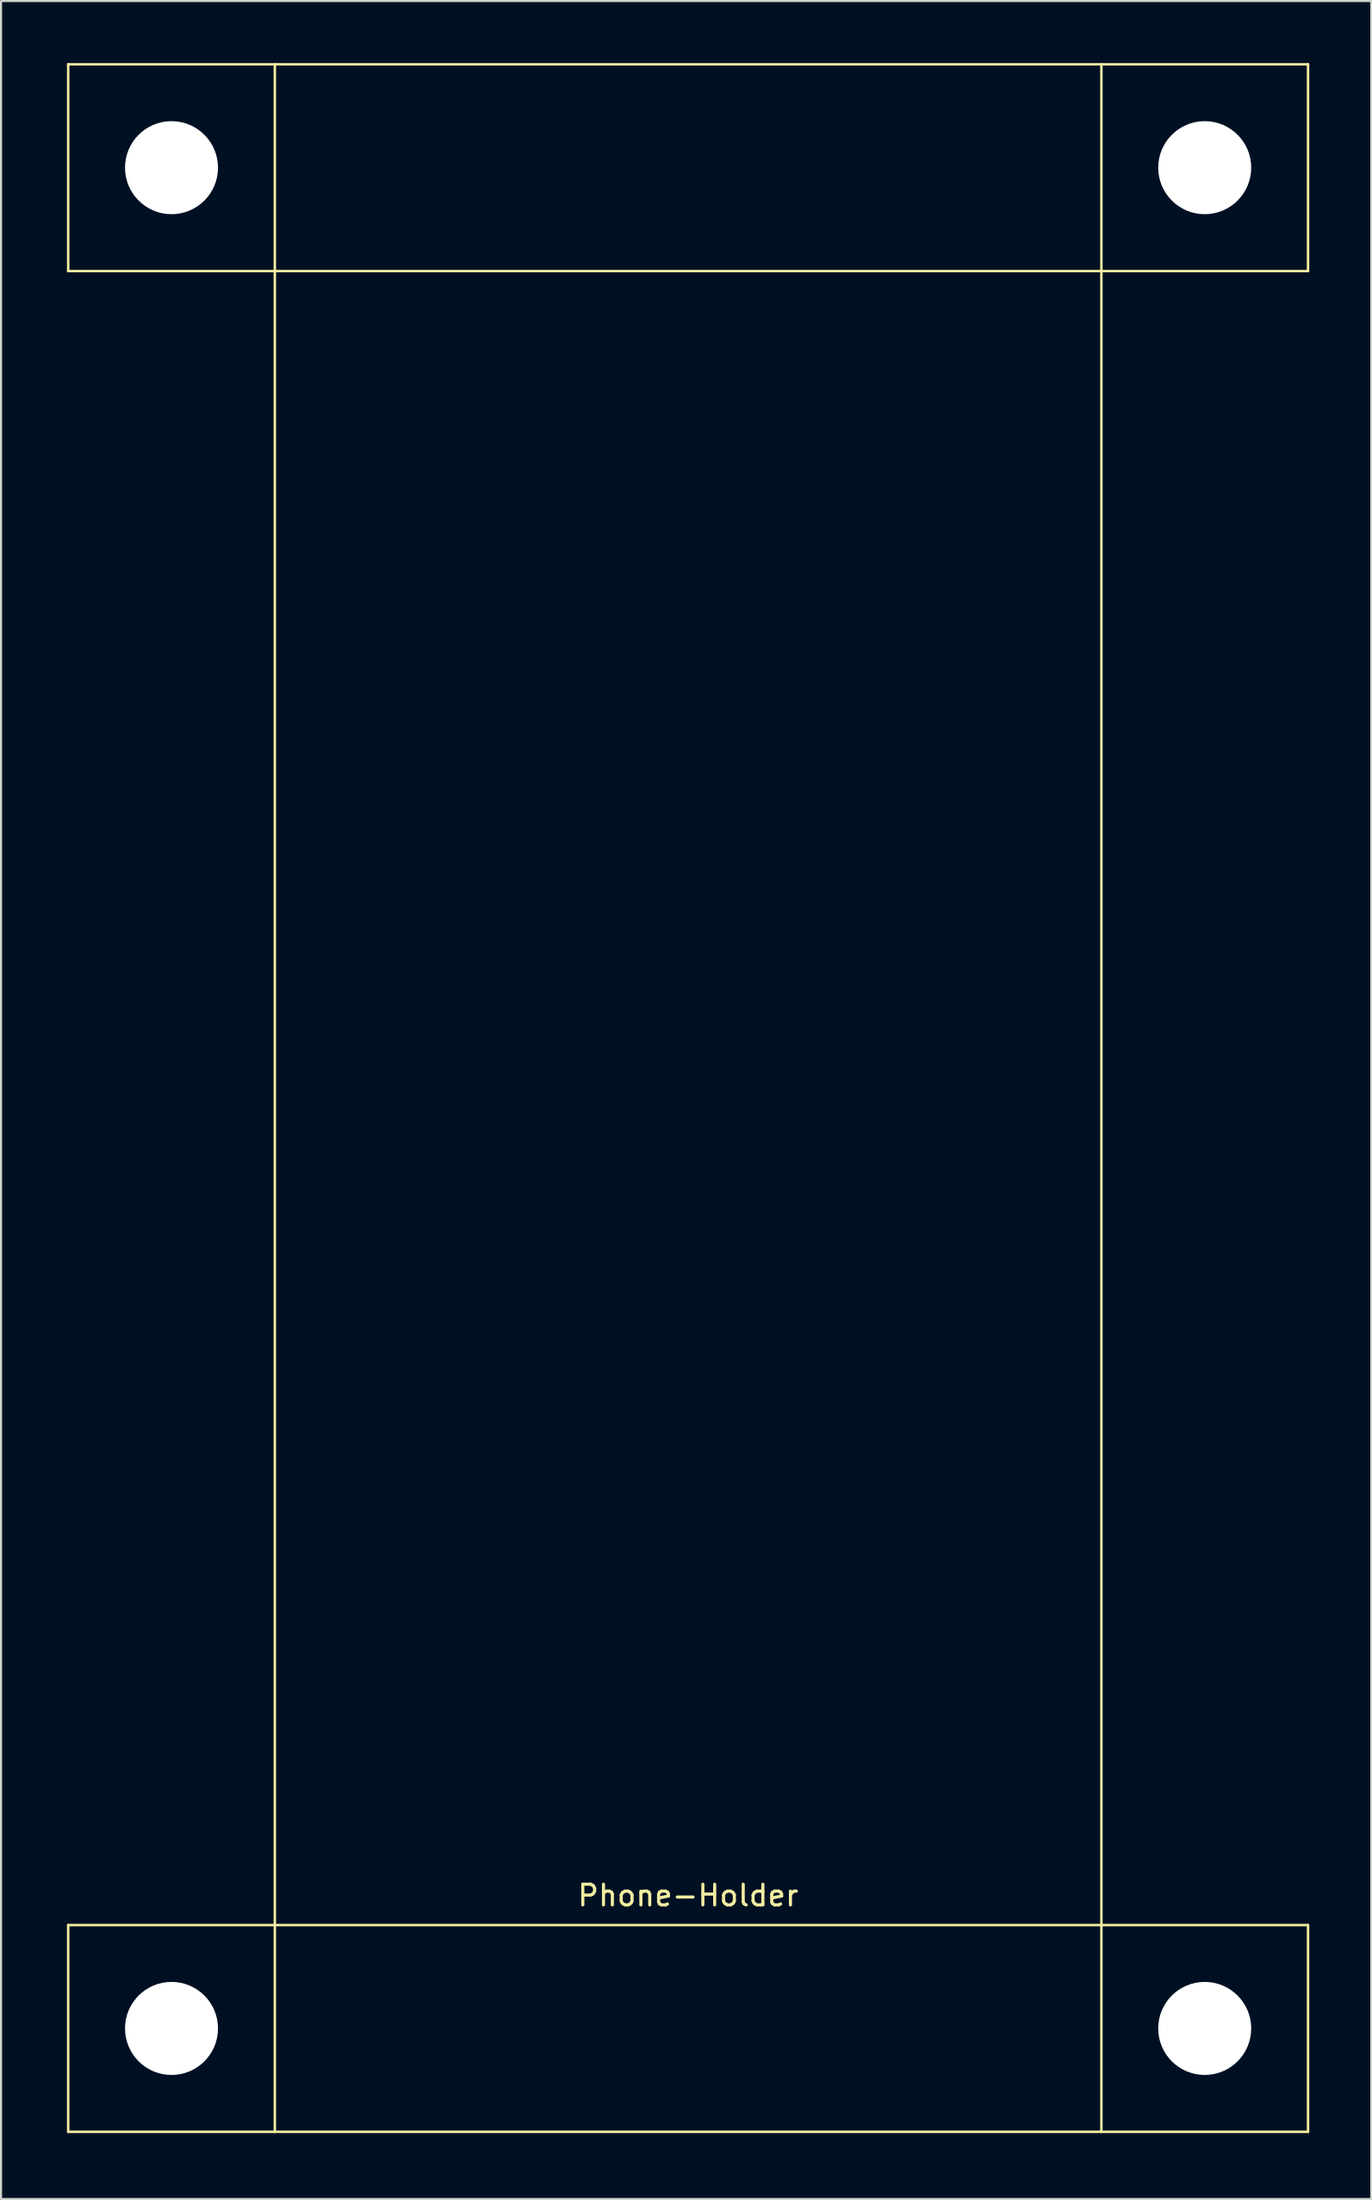
<source format=kicad_pcb>
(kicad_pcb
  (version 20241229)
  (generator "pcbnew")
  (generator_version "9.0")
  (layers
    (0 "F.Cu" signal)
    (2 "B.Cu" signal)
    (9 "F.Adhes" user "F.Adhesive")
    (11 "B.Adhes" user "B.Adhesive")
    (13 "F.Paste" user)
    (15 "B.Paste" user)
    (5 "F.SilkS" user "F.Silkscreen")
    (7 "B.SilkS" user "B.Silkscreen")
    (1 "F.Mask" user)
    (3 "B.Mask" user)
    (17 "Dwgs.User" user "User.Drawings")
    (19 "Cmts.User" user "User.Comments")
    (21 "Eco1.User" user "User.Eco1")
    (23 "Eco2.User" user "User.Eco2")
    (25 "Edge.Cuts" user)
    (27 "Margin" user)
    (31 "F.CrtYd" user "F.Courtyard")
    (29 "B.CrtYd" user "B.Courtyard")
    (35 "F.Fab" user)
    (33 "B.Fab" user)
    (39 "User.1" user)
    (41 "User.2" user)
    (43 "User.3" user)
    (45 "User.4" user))
  (footprint "Phone-Holder"
    (layer "F.Cu")
    (at 0.25 100.06)
    (property "Reference" "Phone-Holder" (at 30 -11.43 0) (layer "F.SilkS") (effects (font (size 1 1) (thickness 0.15))))
    (attr through_hole)
    (fp_line (start 0 -100) (end 0 -90) (stroke (width 0.12) (type solid)) (layer "F.SilkS"))
    (fp_line (start 0 -100) (end 60 -100) (stroke (width 0.12) (type solid)) (layer "F.SilkS"))
    (fp_line (start 0 -90) (end 60 -90) (stroke (width 0.12) (type solid)) (layer "F.SilkS"))
    (fp_line (start 0 -10) (end 0 0) (stroke (width 0.12) (type solid)) (layer "F.SilkS"))
    (fp_line (start 0 -10) (end 60 -10) (stroke (width 0.12) (type solid)) (layer "F.SilkS"))
    (fp_line (start 0 0) (end 60 0) (stroke (width 0.12) (type solid)) (layer "F.SilkS"))
    (fp_line (start 10 -100) (end 10 0) (stroke (width 0.12) (type solid)) (layer "F.SilkS"))
    (fp_line (start 50 0) (end 50 -100) (stroke (width 0.12) (type solid)) (layer "F.SilkS"))
    (fp_line (start 60 -100) (end 60 -90) (stroke (width 0.12) (type solid)) (layer "F.SilkS"))
    (fp_line (start 60 -10) (end 60 0) (stroke (width 0.12) (type solid)) (layer "F.SilkS"))
    (pad "" np_thru_hole circle (at 5 -95) (size 4.5 4.5) (drill 4.5) (layers "*.Cu"))
    (pad "" np_thru_hole circle (at 5 -5) (size 4.5 4.5) (drill 4.5) (layers "*.Cu"))
    (pad "" np_thru_hole circle (at 55 -95) (size 4.5 4.5) (drill 4.5) (layers "*.Cu"))
    (pad "" np_thru_hole circle (at 55 -5) (size 4.5 4.5) (drill 4.5) (layers "*.Cu")))
  (gr_rect
    (start -3 -3)
    (end 63.31 103.31)
    (stroke (width 0.1) (type default))
    (fill no)
    (layer "Edge.Cuts")))
</source>
